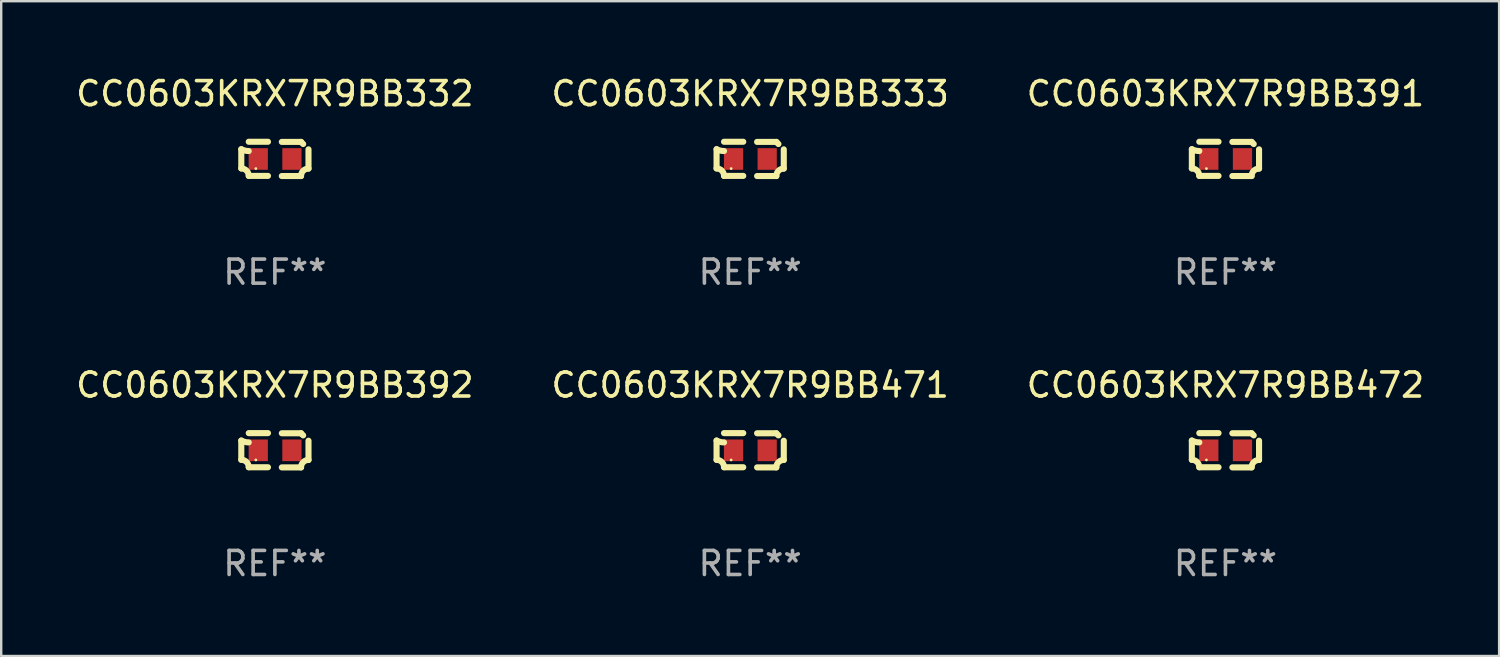
<source format=kicad_pcb>
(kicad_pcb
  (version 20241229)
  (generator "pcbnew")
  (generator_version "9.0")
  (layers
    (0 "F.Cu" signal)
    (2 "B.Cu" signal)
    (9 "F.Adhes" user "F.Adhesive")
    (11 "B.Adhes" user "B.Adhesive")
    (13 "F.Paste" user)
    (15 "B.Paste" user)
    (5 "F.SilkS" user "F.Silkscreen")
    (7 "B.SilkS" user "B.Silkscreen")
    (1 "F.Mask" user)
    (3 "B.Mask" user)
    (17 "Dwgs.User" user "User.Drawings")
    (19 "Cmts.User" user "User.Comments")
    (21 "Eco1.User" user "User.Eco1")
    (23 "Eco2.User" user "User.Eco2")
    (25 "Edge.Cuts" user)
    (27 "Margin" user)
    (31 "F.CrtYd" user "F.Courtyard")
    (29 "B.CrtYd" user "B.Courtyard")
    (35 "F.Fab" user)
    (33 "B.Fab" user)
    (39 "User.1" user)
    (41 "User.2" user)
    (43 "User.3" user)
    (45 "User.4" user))
  (footprint "CC0603KRX7R9BB471"
    (layer "F.Cu")
    (at 28.161 15.683)
    (property "Reference" "CC0603KRX7R9BB471" (at 0 -2.713 0) (layer "F.SilkS") (effects (font (size 1 1) (thickness 0.15))))
    (attr through_hole)
    (fp_line (start -1.398 -0.403) (end -1.398 0.397) (stroke (width 0.254) (type solid)) (layer "F.SilkS"))
    (fp_line (start -0.288 -0.713) (end -1.088 -0.713) (stroke (width 0.254) (type solid)) (layer "F.SilkS"))
    (fp_line (start -0.288 0.707) (end -1.088 0.707) (stroke (width 0.254) (type solid)) (layer "F.SilkS"))
    (fp_line (start 0.288 -0.707) (end 1.088 -0.707) (stroke (width 0.254) (type solid)) (layer "F.SilkS"))
    (fp_line (start 0.288 0.713) (end 1.088 0.713) (stroke (width 0.254) (type solid)) (layer "F.SilkS"))
    (fp_line (start 1.398 -0.397) (end 1.398 0.403) (stroke (width 0.254) (type solid)) (layer "F.SilkS"))
    (fp_arc (start -1.397789 0.397066) (mid -1.178701 0.487826) (end -1.08796 0.706922) (stroke (width 0.254001) (type solid)) (layer "F.SilkS"))
    (fp_arc (start -1.08796 -0.327176) (mid -1.247436 -0.346384) (end -1.39779 -0.402908) (stroke (width 0.254001) (type solid)) (layer "F.SilkS"))
    (fp_arc (start 1.087909 0.712738) (mid 1.178656 0.493655) (end 1.397739 0.402908) (stroke (width 0.254001) (type solid)) (layer "F.SilkS"))
    (fp_arc (start 1.175925 -0.618926) (mid 1.131917 -0.662923) (end 1.08791 -0.706922) (stroke (width 0.254001) (type solid)) (layer "F.SilkS"))
    (fp_circle (center -0.792 0.403) (end -0.762 0.403) (stroke (width 0.06) (type solid)) (fill no) (layer "F.SilkS"))
    (fp_text user "REF**" (at 0 4.713 0) (layer "F.Fab") (effects (font (size 1 1) (thickness 0.15))))
    (pad "1" smd rect (at -0.692 0.003) (size 0.8 0.9) (layers "F.Cu" "F.Mask" "F.Paste"))
    (pad "2" smd rect (at 0.708 0.003) (size 0.8 0.9) (layers "F.Cu" "F.Mask" "F.Paste")))
  (footprint "CC0603KRX7R9BB333"
    (layer "F.Cu")
    (at 28.161 3.561)
    (property "Reference" "CC0603KRX7R9BB333" (at 0 -2.713 0) (layer "F.SilkS") (effects (font (size 1 1) (thickness 0.15))))
    (attr through_hole)
    (fp_line (start -1.398 -0.403) (end -1.398 0.397) (stroke (width 0.254) (type solid)) (layer "F.SilkS"))
    (fp_line (start -0.288 -0.713) (end -1.088 -0.713) (stroke (width 0.254) (type solid)) (layer "F.SilkS"))
    (fp_line (start -0.288 0.707) (end -1.088 0.707) (stroke (width 0.254) (type solid)) (layer "F.SilkS"))
    (fp_line (start 0.288 -0.707) (end 1.088 -0.707) (stroke (width 0.254) (type solid)) (layer "F.SilkS"))
    (fp_line (start 0.288 0.713) (end 1.088 0.713) (stroke (width 0.254) (type solid)) (layer "F.SilkS"))
    (fp_line (start 1.398 -0.397) (end 1.398 0.403) (stroke (width 0.254) (type solid)) (layer "F.SilkS"))
    (fp_arc (start -1.397789 0.397066) (mid -1.178701 0.487826) (end -1.08796 0.706922) (stroke (width 0.254001) (type solid)) (layer "F.SilkS"))
    (fp_arc (start -1.08796 -0.327176) (mid -1.247436 -0.346384) (end -1.39779 -0.402908) (stroke (width 0.254001) (type solid)) (layer "F.SilkS"))
    (fp_arc (start 1.087909 0.712738) (mid 1.178656 0.493655) (end 1.397739 0.402908) (stroke (width 0.254001) (type solid)) (layer "F.SilkS"))
    (fp_arc (start 1.175925 -0.618926) (mid 1.131917 -0.662923) (end 1.08791 -0.706922) (stroke (width 0.254001) (type solid)) (layer "F.SilkS"))
    (fp_circle (center -0.792 0.403) (end -0.762 0.403) (stroke (width 0.06) (type solid)) (fill no) (layer "F.SilkS"))
    (fp_text user "REF**" (at 0 4.713 0) (layer "F.Fab") (effects (font (size 1 1) (thickness 0.15))))
    (pad "1" smd rect (at -0.692 0.003) (size 0.8 0.9) (layers "F.Cu" "F.Mask" "F.Paste"))
    (pad "2" smd rect (at 0.708 0.003) (size 0.8 0.9) (layers "F.Cu" "F.Mask" "F.Paste")))
  (footprint "CC0603KRX7R9BB391"
    (layer "F.Cu")
    (at 47.935 3.561)
    (property "Reference" "CC0603KRX7R9BB391" (at 0 -2.713 0) (layer "F.SilkS") (effects (font (size 1 1) (thickness 0.15))))
    (attr through_hole)
    (fp_line (start -1.398 -0.403) (end -1.398 0.397) (stroke (width 0.254) (type solid)) (layer "F.SilkS"))
    (fp_line (start -0.288 -0.713) (end -1.088 -0.713) (stroke (width 0.254) (type solid)) (layer "F.SilkS"))
    (fp_line (start -0.288 0.707) (end -1.088 0.707) (stroke (width 0.254) (type solid)) (layer "F.SilkS"))
    (fp_line (start 0.288 -0.707) (end 1.088 -0.707) (stroke (width 0.254) (type solid)) (layer "F.SilkS"))
    (fp_line (start 0.288 0.713) (end 1.088 0.713) (stroke (width 0.254) (type solid)) (layer "F.SilkS"))
    (fp_line (start 1.398 -0.397) (end 1.398 0.403) (stroke (width 0.254) (type solid)) (layer "F.SilkS"))
    (fp_arc (start -1.397789 0.397066) (mid -1.178701 0.487826) (end -1.08796 0.706922) (stroke (width 0.254001) (type solid)) (layer "F.SilkS"))
    (fp_arc (start -1.08796 -0.327176) (mid -1.247436 -0.346384) (end -1.39779 -0.402908) (stroke (width 0.254001) (type solid)) (layer "F.SilkS"))
    (fp_arc (start 1.087909 0.712738) (mid 1.178656 0.493655) (end 1.397739 0.402908) (stroke (width 0.254001) (type solid)) (layer "F.SilkS"))
    (fp_arc (start 1.175925 -0.618926) (mid 1.131917 -0.662923) (end 1.08791 -0.706922) (stroke (width 0.254001) (type solid)) (layer "F.SilkS"))
    (fp_circle (center -0.792 0.403) (end -0.762 0.403) (stroke (width 0.06) (type solid)) (fill no) (layer "F.SilkS"))
    (fp_text user "REF**" (at 0 4.713 0) (layer "F.Fab") (effects (font (size 1 1) (thickness 0.15))))
    (pad "1" smd rect (at -0.692 0.003) (size 0.8 0.9) (layers "F.Cu" "F.Mask" "F.Paste"))
    (pad "2" smd rect (at 0.708 0.003) (size 0.8 0.9) (layers "F.Cu" "F.Mask" "F.Paste")))
  (footprint "CC0603KRX7R9BB392"
    (layer "F.Cu")
    (at 8.387 15.683)
    (property "Reference" "CC0603KRX7R9BB392" (at 0 -2.713 0) (layer "F.SilkS") (effects (font (size 1 1) (thickness 0.15))))
    (attr through_hole)
    (fp_line (start -1.398 -0.403) (end -1.398 0.397) (stroke (width 0.254) (type solid)) (layer "F.SilkS"))
    (fp_line (start -0.288 -0.713) (end -1.088 -0.713) (stroke (width 0.254) (type solid)) (layer "F.SilkS"))
    (fp_line (start -0.288 0.707) (end -1.088 0.707) (stroke (width 0.254) (type solid)) (layer "F.SilkS"))
    (fp_line (start 0.288 -0.707) (end 1.088 -0.707) (stroke (width 0.254) (type solid)) (layer "F.SilkS"))
    (fp_line (start 0.288 0.713) (end 1.088 0.713) (stroke (width 0.254) (type solid)) (layer "F.SilkS"))
    (fp_line (start 1.398 -0.397) (end 1.398 0.403) (stroke (width 0.254) (type solid)) (layer "F.SilkS"))
    (fp_arc (start -1.397789 0.397066) (mid -1.178701 0.487826) (end -1.08796 0.706922) (stroke (width 0.254001) (type solid)) (layer "F.SilkS"))
    (fp_arc (start -1.08796 -0.327176) (mid -1.247436 -0.346384) (end -1.39779 -0.402908) (stroke (width 0.254001) (type solid)) (layer "F.SilkS"))
    (fp_arc (start 1.087909 0.712738) (mid 1.178656 0.493655) (end 1.397739 0.402908) (stroke (width 0.254001) (type solid)) (layer "F.SilkS"))
    (fp_arc (start 1.175925 -0.618926) (mid 1.131917 -0.662923) (end 1.08791 -0.706922) (stroke (width 0.254001) (type solid)) (layer "F.SilkS"))
    (fp_circle (center -0.792 0.403) (end -0.762 0.403) (stroke (width 0.06) (type solid)) (fill no) (layer "F.SilkS"))
    (fp_text user "REF**" (at 0 4.713 0) (layer "F.Fab") (effects (font (size 1 1) (thickness 0.15))))
    (pad "1" smd rect (at -0.692 0.003) (size 0.8 0.9) (layers "F.Cu" "F.Mask" "F.Paste"))
    (pad "2" smd rect (at 0.708 0.003) (size 0.8 0.9) (layers "F.Cu" "F.Mask" "F.Paste")))
  (footprint "CC0603KRX7R9BB332"
    (layer "F.Cu")
    (at 8.387 3.561)
    (property "Reference" "CC0603KRX7R9BB332" (at 0 -2.713 0) (layer "F.SilkS") (effects (font (size 1 1) (thickness 0.15))))
    (attr through_hole)
    (fp_line (start -1.398 -0.403) (end -1.398 0.397) (stroke (width 0.254) (type solid)) (layer "F.SilkS"))
    (fp_line (start -0.288 -0.713) (end -1.088 -0.713) (stroke (width 0.254) (type solid)) (layer "F.SilkS"))
    (fp_line (start -0.288 0.707) (end -1.088 0.707) (stroke (width 0.254) (type solid)) (layer "F.SilkS"))
    (fp_line (start 0.288 -0.707) (end 1.088 -0.707) (stroke (width 0.254) (type solid)) (layer "F.SilkS"))
    (fp_line (start 0.288 0.713) (end 1.088 0.713) (stroke (width 0.254) (type solid)) (layer "F.SilkS"))
    (fp_line (start 1.398 -0.397) (end 1.398 0.403) (stroke (width 0.254) (type solid)) (layer "F.SilkS"))
    (fp_arc (start -1.397789 0.397066) (mid -1.178701 0.487826) (end -1.08796 0.706922) (stroke (width 0.254001) (type solid)) (layer "F.SilkS"))
    (fp_arc (start -1.08796 -0.327176) (mid -1.247436 -0.346384) (end -1.39779 -0.402908) (stroke (width 0.254001) (type solid)) (layer "F.SilkS"))
    (fp_arc (start 1.087909 0.712738) (mid 1.178656 0.493655) (end 1.397739 0.402908) (stroke (width 0.254001) (type solid)) (layer "F.SilkS"))
    (fp_arc (start 1.175925 -0.618926) (mid 1.131917 -0.662923) (end 1.08791 -0.706922) (stroke (width 0.254001) (type solid)) (layer "F.SilkS"))
    (fp_circle (center -0.792 0.403) (end -0.762 0.403) (stroke (width 0.06) (type solid)) (fill no) (layer "F.SilkS"))
    (fp_text user "REF**" (at 0 4.713 0) (layer "F.Fab") (effects (font (size 1 1) (thickness 0.15))))
    (pad "1" smd rect (at -0.692 0.003) (size 0.8 0.9) (layers "F.Cu" "F.Mask" "F.Paste"))
    (pad "2" smd rect (at 0.708 0.003) (size 0.8 0.9) (layers "F.Cu" "F.Mask" "F.Paste")))
  (footprint "CC0603KRX7R9BB472"
    (layer "F.Cu")
    (at 47.935 15.683)
    (property "Reference" "CC0603KRX7R9BB472" (at 0 -2.713 0) (layer "F.SilkS") (effects (font (size 1 1) (thickness 0.15))))
    (attr through_hole)
    (fp_line (start -1.398 -0.403) (end -1.398 0.397) (stroke (width 0.254) (type solid)) (layer "F.SilkS"))
    (fp_line (start -0.288 -0.713) (end -1.088 -0.713) (stroke (width 0.254) (type solid)) (layer "F.SilkS"))
    (fp_line (start -0.288 0.707) (end -1.088 0.707) (stroke (width 0.254) (type solid)) (layer "F.SilkS"))
    (fp_line (start 0.288 -0.707) (end 1.088 -0.707) (stroke (width 0.254) (type solid)) (layer "F.SilkS"))
    (fp_line (start 0.288 0.713) (end 1.088 0.713) (stroke (width 0.254) (type solid)) (layer "F.SilkS"))
    (fp_line (start 1.398 -0.397) (end 1.398 0.403) (stroke (width 0.254) (type solid)) (layer "F.SilkS"))
    (fp_arc (start -1.397789 0.397066) (mid -1.178701 0.487826) (end -1.08796 0.706922) (stroke (width 0.254001) (type solid)) (layer "F.SilkS"))
    (fp_arc (start -1.08796 -0.327176) (mid -1.247436 -0.346384) (end -1.39779 -0.402908) (stroke (width 0.254001) (type solid)) (layer "F.SilkS"))
    (fp_arc (start 1.087909 0.712738) (mid 1.178656 0.493655) (end 1.397739 0.402908) (stroke (width 0.254001) (type solid)) (layer "F.SilkS"))
    (fp_arc (start 1.175925 -0.618926) (mid 1.131917 -0.662923) (end 1.08791 -0.706922) (stroke (width 0.254001) (type solid)) (layer "F.SilkS"))
    (fp_circle (center -0.792 0.403) (end -0.762 0.403) (stroke (width 0.06) (type solid)) (fill no) (layer "F.SilkS"))
    (fp_text user "REF**" (at 0 4.713 0) (layer "F.Fab") (effects (font (size 1 1) (thickness 0.15))))
    (pad "1" smd rect (at -0.692 0.003) (size 0.8 0.9) (layers "F.Cu" "F.Mask" "F.Paste"))
    (pad "2" smd rect (at 0.708 0.003) (size 0.8 0.9) (layers "F.Cu" "F.Mask" "F.Paste")))
  (gr_rect
    (start -3 -3)
    (end 59.321 24.244)
    (stroke (width 0.1) (type default))
    (fill no)
    (layer "Edge.Cuts")))
</source>
